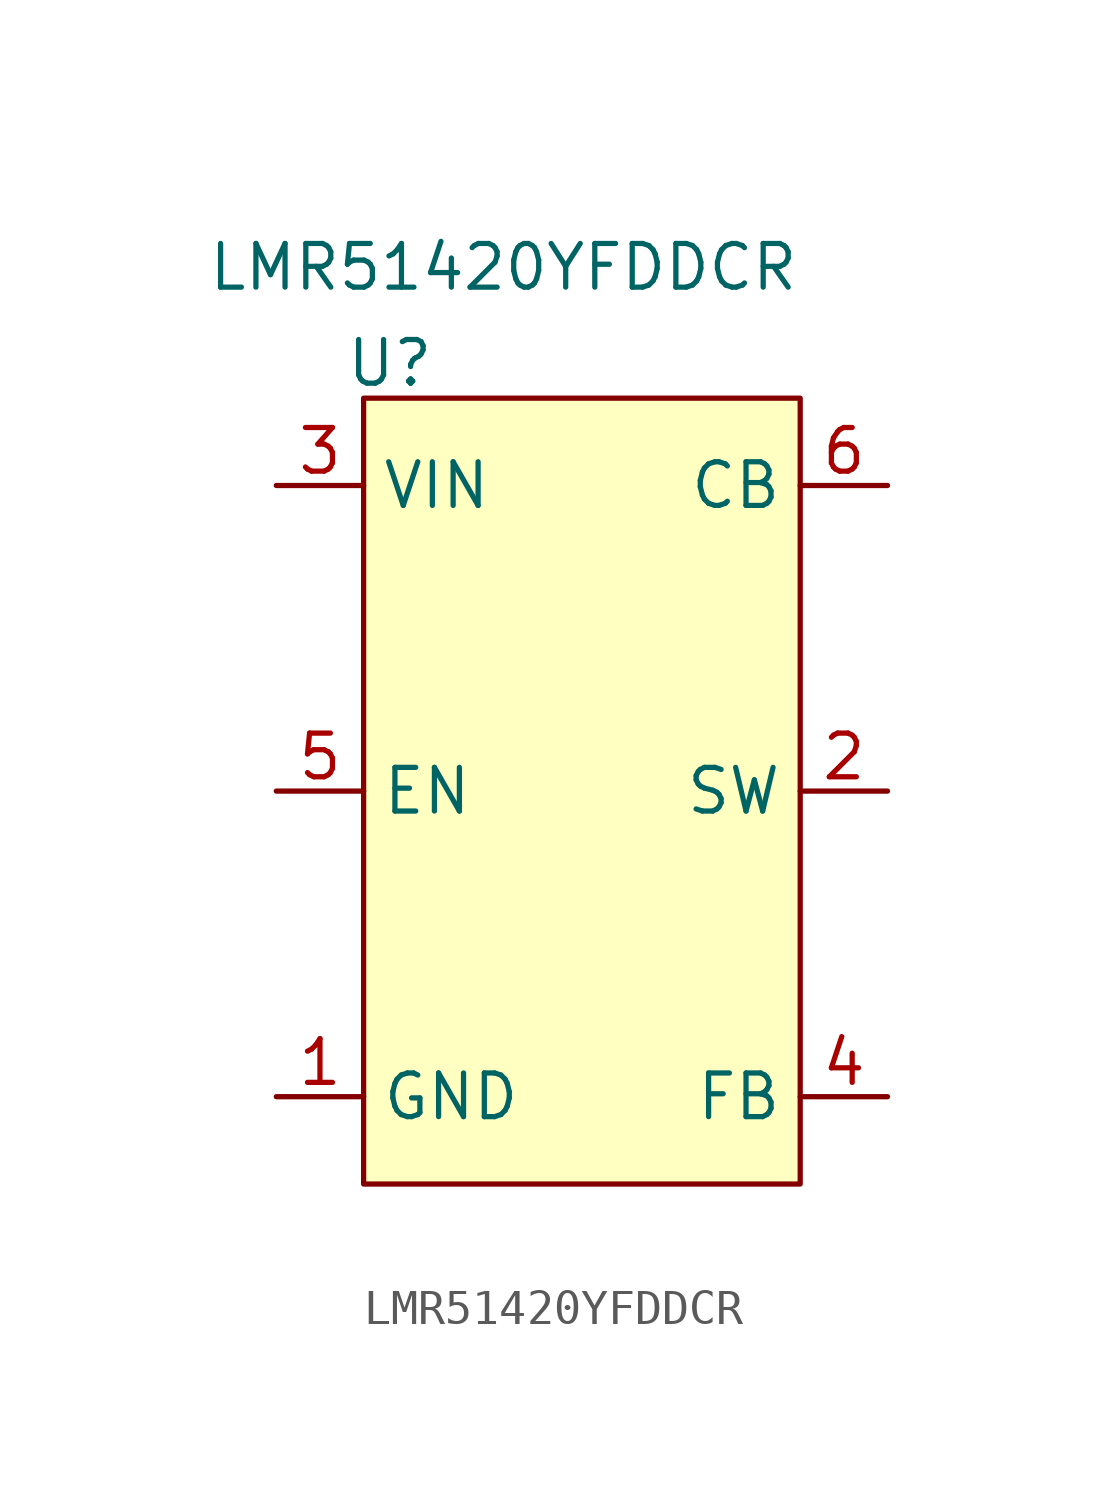
<source format=kicad_sym>
(kicad_symbol_lib
  (version 20241209)
  (generator "kicad_symbol_editor")
  (generator_version "9.0")
  (symbol "LMR51420YFDDCR"
    (property "Reference" "U"
      (at 0.762 1.016 0)
      (effects (font (size 1.27 1.27))))
    (property "Value" "LMR51420YFDDCR"
      (at 4.064 3.81 0)
      (effects (font (size 1.27 1.27))))
    (symbol "LMR51420YFDDCR_1_1"
      (rectangle (start 0 0) (end 12.7 -22.86) (stroke (width 0) (type solid)) (fill (type background)))
      (pin power_in line (at -2.54 -2.54 0) (length 2.54) (name "VIN" (effects (font (size 1.27 1.27)))) (number "3" (effects (font (size 1.27 1.27)))))
      (pin input line (at -2.54 -11.43 0) (length 2.54) (name "EN" (effects (font (size 1.27 1.27)))) (number "5" (effects (font (size 1.27 1.27)))))
      (pin power_in line (at -2.54 -20.32 0) (length 2.54) (name "GND" (effects (font (size 1.27 1.27)))) (number "1" (effects (font (size 1.27 1.27)))))
      (pin passive line (at 15.24 -2.54 180) (length 2.54) (name "CB" (effects (font (size 1.27 1.27)))) (number "6" (effects (font (size 1.27 1.27)))))
      (pin passive line (at 15.24 -11.43 180) (length 2.54) (name "SW" (effects (font (size 1.27 1.27)))) (number "2" (effects (font (size 1.27 1.27)))))
      (pin passive line (at 15.24 -20.32 180) (length 2.54) (name "FB" (effects (font (size 1.27 1.27)))) (number "4" (effects (font (size 1.27 1.27))))))))
</source>
